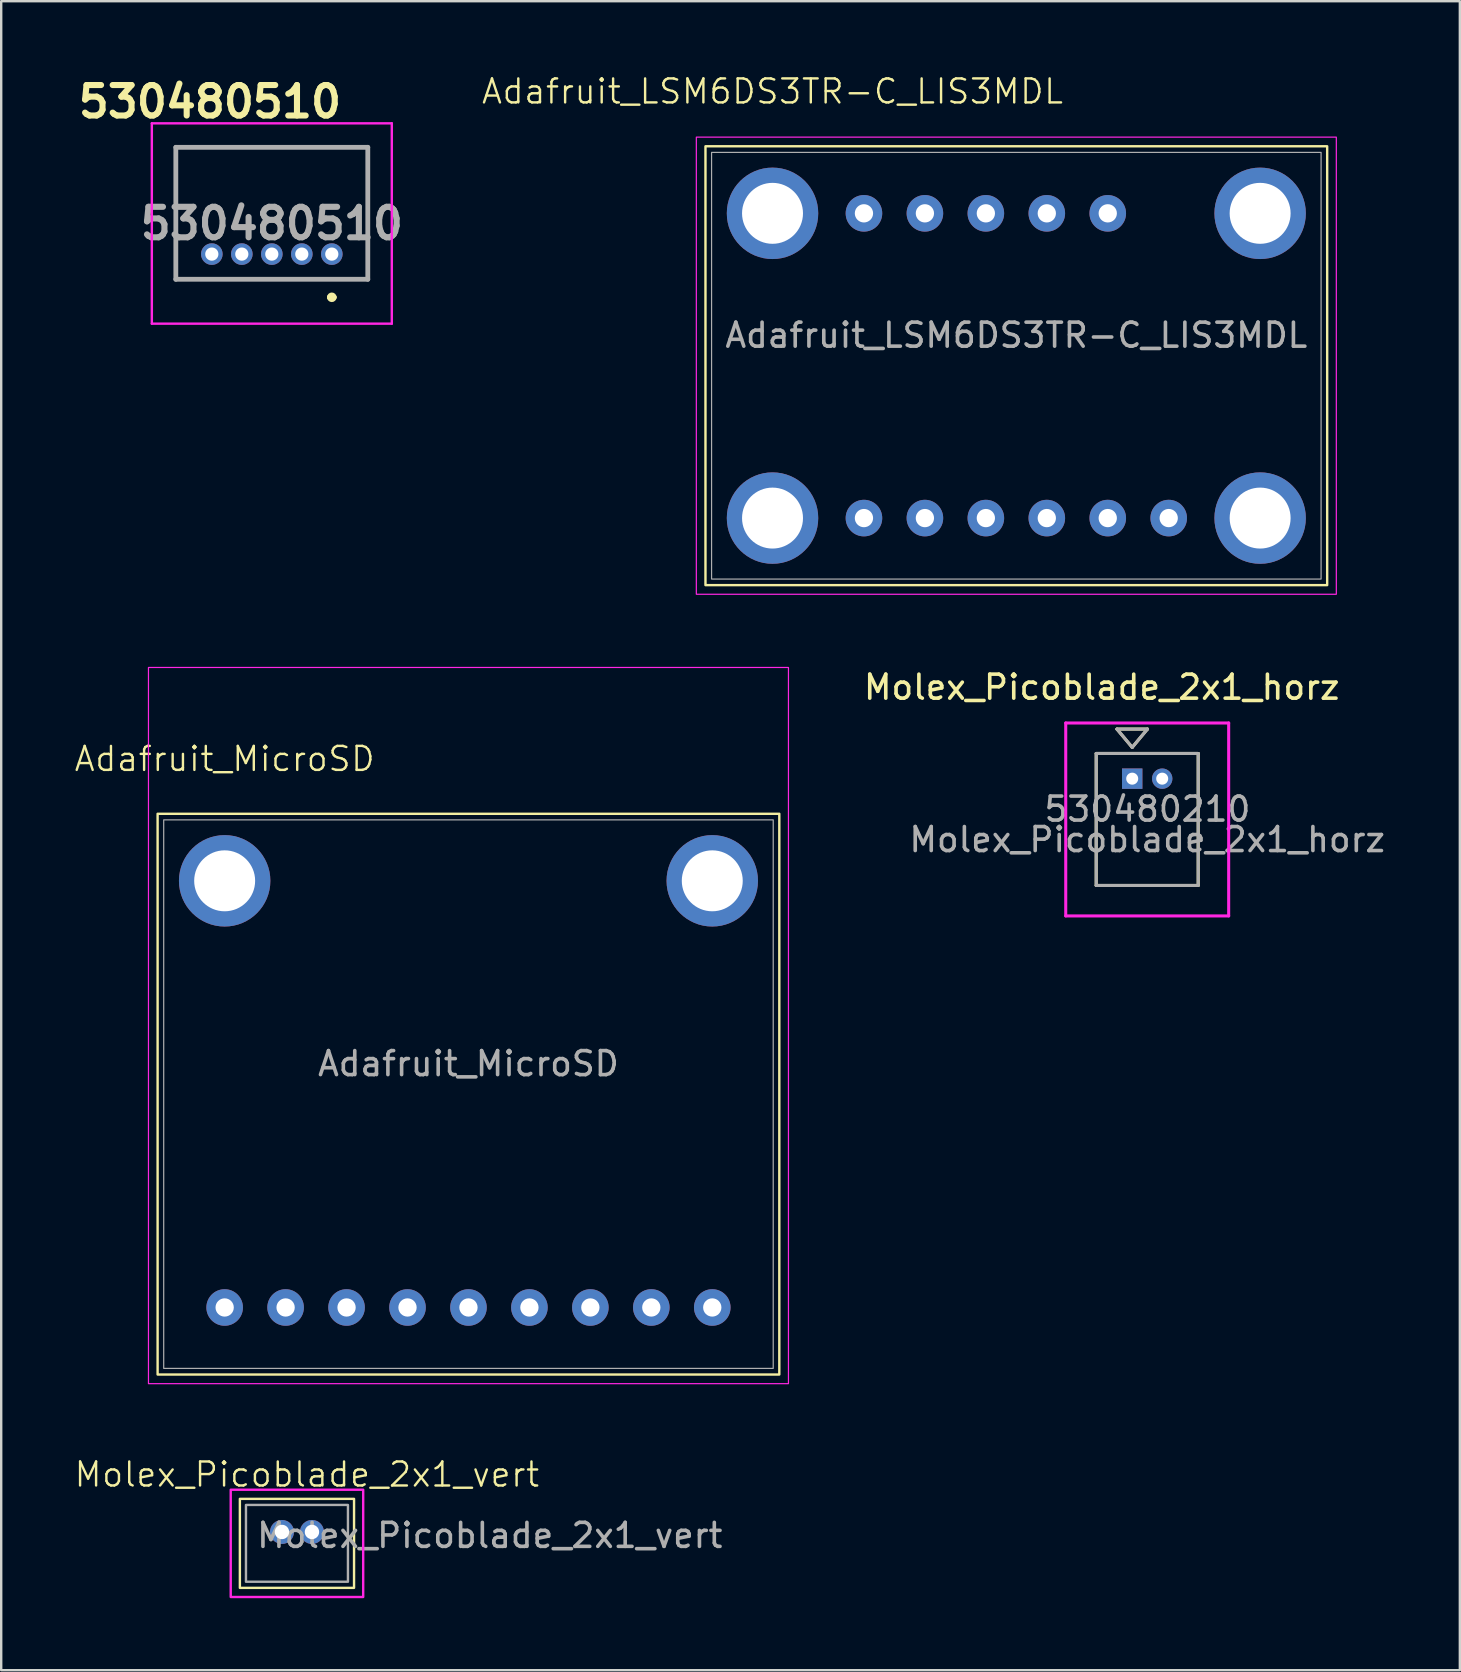
<source format=kicad_pcb>
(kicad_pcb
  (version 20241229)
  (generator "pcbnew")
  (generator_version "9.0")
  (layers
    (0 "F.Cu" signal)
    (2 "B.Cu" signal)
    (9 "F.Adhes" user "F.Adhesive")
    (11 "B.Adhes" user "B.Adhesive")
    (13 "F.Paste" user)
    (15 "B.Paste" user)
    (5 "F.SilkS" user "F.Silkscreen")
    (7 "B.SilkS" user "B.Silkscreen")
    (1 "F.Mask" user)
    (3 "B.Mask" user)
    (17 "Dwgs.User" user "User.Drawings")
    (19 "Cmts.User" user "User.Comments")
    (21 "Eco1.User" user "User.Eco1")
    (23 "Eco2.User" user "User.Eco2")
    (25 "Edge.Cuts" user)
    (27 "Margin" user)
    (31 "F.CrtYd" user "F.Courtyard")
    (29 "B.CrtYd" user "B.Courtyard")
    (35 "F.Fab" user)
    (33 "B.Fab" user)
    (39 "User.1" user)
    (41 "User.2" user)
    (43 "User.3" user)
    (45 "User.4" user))
  (footprint "Molex_Picoblade_2x1_vert"
    (layer "F.Cu")
    (at 7.2 59.666)
    (property "Reference" "Molex_Picoblade_2x1_vert" (at 2.54 -1.27 0) (unlocked yes) (layer "F.SilkS") (effects (font (size 1 1) (thickness 0.1))))
    (attr through_hole)
    (fp_rect (start -0.254 -0.254) (end 4.504 3.454) (stroke (width 0.1) (type default)) (fill no) (layer "F.SilkS"))
    (fp_rect (start -0.635 -0.635) (end 4.885 3.835) (stroke (width 0.1) (type default)) (fill no) (layer "F.CrtYd"))
    (fp_rect (start 0 0) (end 4.25 3.2) (stroke (width 0.1) (type default)) (fill no) (layer "F.Fab"))
    (fp_text user "${REFERENCE}" (at 10.16 1.27 0) (unlocked yes) (layer "F.Fab") (effects (font (size 1 1) (thickness 0.15))))
    (pad "1" thru_hole circle (at 1.5 1.125) (size 1 1) (drill 0.6) (layers "*.Cu" "*.Mask"))
    (pad "2" thru_hole circle (at 2.75 1.125) (size 1 1) (drill 0.6) (layers "*.Cu" "*.Mask")))
  (footprint "Adafruit_MicroSD"
    (layer "F.Cu")
    (at 3.772 31.116)
    (property "Reference" "Adafruit_MicroSD" (at 2.54 -2.54 0) (unlocked yes) (layer "F.SilkS") (effects (font (size 1 1) (thickness 0.1))))
    (attr through_hole)
    (fp_rect (start -0.254 -0.254) (end 25.654 23.114) (stroke (width 0.1) (type default)) (fill no) (layer "F.SilkS"))
    (fp_rect (start -0.635 -6.35) (end 26.035 23.495) (stroke (width 0.05) (type default)) (fill no) (layer "F.CrtYd"))
    (fp_rect (start 0 0) (end 25.4 22.86) (stroke (width 0.05) (type default)) (fill no) (layer "F.Fab"))
    (fp_text user "${REFERENCE}" (at 12.7 10.16 0) (unlocked yes) (layer "F.Fab") (effects (font (size 1 1) (thickness 0.15))))
    (pad "1" thru_hole circle (at 2.54 20.32) (size 1.524 1.524) (drill 0.762) (layers "*.Cu" "*.Mask"))
    (pad "2" thru_hole circle (at 5.08 20.32) (size 1.524 1.524) (drill 0.762) (layers "*.Cu" "*.Mask"))
    (pad "3" thru_hole circle (at 7.62 20.32) (size 1.524 1.524) (drill 0.762) (layers "*.Cu" "*.Mask"))
    (pad "4" thru_hole circle (at 10.16 20.32) (size 1.524 1.524) (drill 0.762) (layers "*.Cu" "*.Mask"))
    (pad "5" thru_hole circle (at 12.7 20.32) (size 1.524 1.524) (drill 0.762) (layers "*.Cu" "*.Mask"))
    (pad "6" thru_hole circle (at 15.24 20.32) (size 1.524 1.524) (drill 0.762) (layers "*.Cu" "*.Mask"))
    (pad "7" thru_hole circle (at 17.78 20.32) (size 1.524 1.524) (drill 0.762) (layers "*.Cu" "*.Mask"))
    (pad "8" thru_hole circle (at 20.32 20.32) (size 1.524 1.524) (drill 0.762) (layers "*.Cu" "*.Mask"))
    (pad "9" thru_hole circle (at 22.86 20.32) (size 1.524 1.524) (drill 0.762) (layers "*.Cu" "*.Mask"))
    (pad "MT1" thru_hole circle (at 2.54 2.54) (size 3.81 3.81) (drill 2.54) (layers "*.Cu" "*.Mask"))
    (pad "MT2" thru_hole circle (at 22.86 2.54) (size 3.81 3.81) (drill 2.54) (layers "*.Cu" "*.Mask")))
  (footprint "530480510"
    (layer "F.Cu")
    (at 4.467 3.724)
    (property "Reference" "530480510" (at 1.23 -2.535 0) (layer "F.SilkS") (effects (font (size 1.27 1.27) (thickness 0.254))))
    (attr through_hole)
    (fp_line (start -0.19 -0.635) (end 7.81 -0.635) (stroke (width 0.1) (type solid)) (layer "F.SilkS"))
    (fp_line (start -0.19 4.865) (end -0.19 -0.635) (stroke (width 0.1) (type solid)) (layer "F.SilkS"))
    (fp_line (start 6.21 5.615) (end 6.21 5.615) (stroke (width 0.2) (type solid)) (layer "F.SilkS"))
    (fp_line (start 6.41 5.615) (end 6.41 5.615) (stroke (width 0.2) (type solid)) (layer "F.SilkS"))
    (fp_line (start 7.81 -0.635) (end 7.81 4.865) (stroke (width 0.1) (type solid)) (layer "F.SilkS"))
    (fp_line (start 7.81 4.865) (end -0.19 4.865) (stroke (width 0.1) (type solid)) (layer "F.SilkS"))
    (fp_arc (start 6.21 5.615) (mid 6.31 5.515) (end 6.41 5.615) (stroke (width 0.2) (type solid)) (layer "F.SilkS"))
    (fp_arc (start 6.41 5.615) (mid 6.31 5.715) (end 6.21 5.615) (stroke (width 0.2) (type solid)) (layer "F.SilkS"))
    (fp_line (start -1.19 -1.635) (end 8.81 -1.635) (stroke (width 0.1) (type solid)) (layer "F.CrtYd"))
    (fp_line (start -1.19 6.715) (end -1.19 -1.635) (stroke (width 0.1) (type solid)) (layer "F.CrtYd"))
    (fp_line (start 8.81 -1.635) (end 8.81 6.715) (stroke (width 0.1) (type solid)) (layer "F.CrtYd"))
    (fp_line (start 8.81 6.715) (end -1.19 6.715) (stroke (width 0.1) (type solid)) (layer "F.CrtYd"))
    (fp_line (start -0.19 -0.635) (end 7.81 -0.635) (stroke (width 0.2) (type solid)) (layer "F.Fab"))
    (fp_line (start -0.19 4.865) (end -0.19 -0.635) (stroke (width 0.2) (type solid)) (layer "F.Fab"))
    (fp_line (start 7.81 -0.635) (end 7.81 4.865) (stroke (width 0.2) (type solid)) (layer "F.Fab"))
    (fp_line (start 7.81 4.865) (end -0.19 4.865) (stroke (width 0.2) (type solid)) (layer "F.Fab"))
    (fp_text user "${REFERENCE}" (at 3.81 2.54 0) (layer "F.Fab") (effects (font (size 1.27 1.27) (thickness 0.254))))
    (pad "1" thru_hole circle (at 6.31 3.815) (size 0.9 0.9) (drill 0.55) (layers "*.Cu" "*.Mask"))
    (pad "2" thru_hole circle (at 5.06 3.815) (size 0.9 0.9) (drill 0.55) (layers "*.Cu" "*.Mask"))
    (pad "3" thru_hole circle (at 3.81 3.815) (size 0.9 0.9) (drill 0.55) (layers "*.Cu" "*.Mask"))
    (pad "4" thru_hole circle (at 2.56 3.815) (size 0.9 0.9) (drill 0.55) (layers "*.Cu" "*.Mask"))
    (pad "5" thru_hole circle (at 1.31 3.815) (size 0.9 0.9) (drill 0.55) (layers "*.Cu" "*.Mask")))
  (footprint "Molex_Picoblade_2x1_horz"
    (layer "F.Cu")
    (at 44.132 29.399)
    (property "Reference" "Molex_Picoblade_2x1_horz" (at -1.27 -3.81 0) (unlocked yes) (layer "F.SilkS") (effects (font (size 1 1) (thickness 0.15))))
    (attr through_hole)
    (fp_line (start -1.5 -1.05) (end -1.5 4.45) (stroke (width 0.127) (type solid)) (layer "F.SilkS"))
    (fp_line (start -1.5 4.45) (end 2.75 4.45) (stroke (width 0.127) (type solid)) (layer "F.SilkS"))
    (fp_line (start -0.635 -2.066) (end 0 -1.304) (stroke (width 0.127) (type solid)) (layer "F.SilkS"))
    (fp_line (start 0 -1.304) (end 0.635 -2.066) (stroke (width 0.127) (type solid)) (layer "F.SilkS"))
    (fp_line (start 0.635 -2.066) (end -0.635 -2.066) (stroke (width 0.127) (type solid)) (layer "F.SilkS"))
    (fp_line (start 2.75 -1.05) (end -1.5 -1.05) (stroke (width 0.127) (type solid)) (layer "F.SilkS"))
    (fp_line (start 2.75 4.45) (end 2.75 -1.05) (stroke (width 0.127) (type solid)) (layer "F.SilkS"))
    (fp_line (start -2.77 -2.32) (end -2.77 5.72) (stroke (width 0.127) (type solid)) (layer "F.CrtYd"))
    (fp_line (start -2.77 5.72) (end 4.02 5.72) (stroke (width 0.127) (type solid)) (layer "F.CrtYd"))
    (fp_line (start 4.02 -2.32) (end -2.77 -2.32) (stroke (width 0.127) (type solid)) (layer "F.CrtYd"))
    (fp_line (start 4.02 5.72) (end 4.02 -2.32) (stroke (width 0.127) (type solid)) (layer "F.CrtYd"))
    (fp_line (start -1.5 -1.05) (end -1.5 4.45) (stroke (width 0.127) (type solid)) (layer "F.Fab"))
    (fp_line (start -1.5 4.45) (end 2.75 4.45) (stroke (width 0.127) (type solid)) (layer "F.Fab"))
    (fp_line (start -0.635 -2.066) (end 0 -1.304) (stroke (width 0.127) (type solid)) (layer "F.Fab"))
    (fp_line (start 0 -1.304) (end 0.635 -2.066) (stroke (width 0.127) (type solid)) (layer "F.Fab"))
    (fp_line (start 0.635 -2.066) (end -0.635 -2.066) (stroke (width 0.127) (type solid)) (layer "F.Fab"))
    (fp_line (start 2.75 -1.05) (end -1.5 -1.05) (stroke (width 0.127) (type solid)) (layer "F.Fab"))
    (fp_line (start 2.75 4.45) (end 2.75 -1.05) (stroke (width 0.127) (type solid)) (layer "F.Fab"))
    (fp_text user "${REFERENCE}" (at 0.625 2.54 0) (unlocked yes) (layer "F.Fab") (effects (font (size 1 1) (thickness 0.15))))
    (fp_text user "530480210" (at 0.635 1.27 0) (unlocked yes) (layer "F.Fab") (effects (font (size 1 1) (thickness 0.15))))
    (pad "1" thru_hole rect (at 0 0) (size 0.85 0.85) (drill 0.5) (layers "*.Cu" "*.Mask"))
    (pad "2" thru_hole circle (at 1.25 0) (size 0.85 0.85) (drill 0.5) (layers "*.Cu" "*.Mask")))
  (footprint "Adafruit_LSM6DS3TR-C_LIS3MDL"
    (layer "F.Cu")
    (at 26.603 3.3)
    (property "Reference" "Adafruit_LSM6DS3TR-C_LIS3MDL" (at 2.54 -2.54 0) (unlocked yes) (layer "F.SilkS") (effects (font (size 1 1) (thickness 0.1))))
    (attr through_hole)
    (fp_rect (start -0.254 -0.254) (end 25.654 18.034) (stroke (width 0.1) (type default)) (fill no) (layer "F.SilkS"))
    (fp_rect (start -0.635 -0.635) (end 26.035 18.415) (stroke (width 0.05) (type default)) (fill no) (layer "F.CrtYd"))
    (fp_rect (start 0 0) (end 25.4 17.78) (stroke (width 0.05) (type default)) (fill no) (layer "F.Fab"))
    (fp_text user "${REFERENCE}" (at 12.7 7.62 0) (unlocked yes) (layer "F.Fab") (effects (font (size 1 1) (thickness 0.15))))
    (pad "1" thru_hole circle (at 6.35 15.24) (size 1.524 1.524) (drill 0.762) (layers "*.Cu" "*.Mask"))
    (pad "2" thru_hole circle (at 8.89 15.24) (size 1.524 1.524) (drill 0.762) (layers "*.Cu" "*.Mask"))
    (pad "3" thru_hole circle (at 11.43 15.24) (size 1.524 1.524) (drill 0.762) (layers "*.Cu" "*.Mask"))
    (pad "4" thru_hole circle (at 13.97 15.24) (size 1.524 1.524) (drill 0.762) (layers "*.Cu" "*.Mask"))
    (pad "5" thru_hole circle (at 16.51 15.24) (size 1.524 1.524) (drill 0.762) (layers "*.Cu" "*.Mask"))
    (pad "6" thru_hole circle (at 19.05 15.24) (size 1.524 1.524) (drill 0.762) (layers "*.Cu" "*.Mask"))
    (pad "7" thru_hole circle (at 6.35 2.54) (size 1.524 1.524) (drill 0.762) (layers "*.Cu" "*.Mask"))
    (pad "8" thru_hole circle (at 8.89 2.54) (size 1.524 1.524) (drill 0.762) (layers "*.Cu" "*.Mask"))
    (pad "9" thru_hole circle (at 11.43 2.54) (size 1.524 1.524) (drill 0.762) (layers "*.Cu" "*.Mask"))
    (pad "10" thru_hole circle (at 13.97 2.54) (size 1.524 1.524) (drill 0.762) (layers "*.Cu" "*.Mask"))
    (pad "11" thru_hole circle (at 16.51 2.54) (size 1.524 1.524) (drill 0.762) (layers "*.Cu" "*.Mask"))
    (pad "MH1" thru_hole circle (at 2.54 2.54) (size 3.81 3.81) (drill 2.54) (layers "*.Cu" "*.Mask"))
    (pad "MH2" thru_hole circle (at 22.86 2.54) (size 3.81 3.81) (drill 2.54) (layers "*.Cu" "*.Mask"))
    (pad "MH3" thru_hole circle (at 22.86 15.24) (size 3.81 3.81) (drill 2.54) (layers "*.Cu" "*.Mask"))
    (pad "MH4" thru_hole circle (at 2.54 15.24) (size 3.81 3.81) (drill 2.54) (layers "*.Cu" "*.Mask")))
  (gr_rect
    (start -3 -3)
    (end 57.786 66.551)
    (stroke (width 0.1) (type default))
    (fill no)
    (layer "Edge.Cuts")))
</source>
